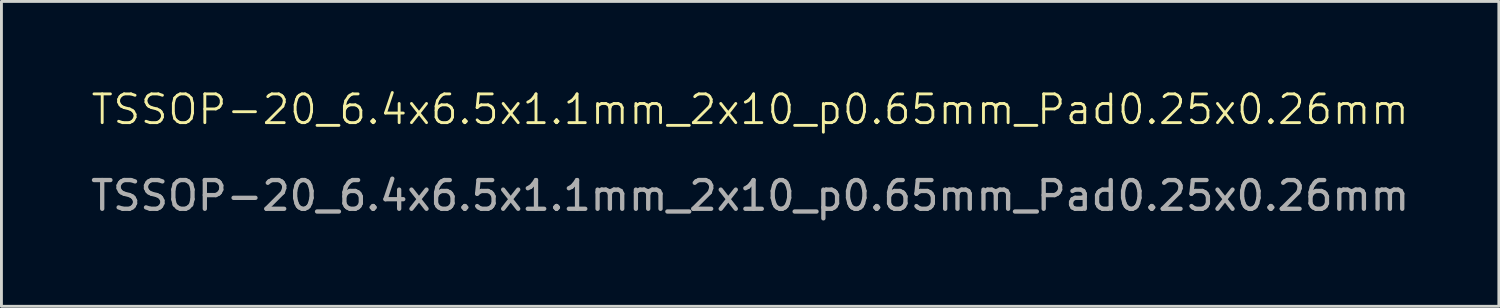
<source format=kicad_pcb>
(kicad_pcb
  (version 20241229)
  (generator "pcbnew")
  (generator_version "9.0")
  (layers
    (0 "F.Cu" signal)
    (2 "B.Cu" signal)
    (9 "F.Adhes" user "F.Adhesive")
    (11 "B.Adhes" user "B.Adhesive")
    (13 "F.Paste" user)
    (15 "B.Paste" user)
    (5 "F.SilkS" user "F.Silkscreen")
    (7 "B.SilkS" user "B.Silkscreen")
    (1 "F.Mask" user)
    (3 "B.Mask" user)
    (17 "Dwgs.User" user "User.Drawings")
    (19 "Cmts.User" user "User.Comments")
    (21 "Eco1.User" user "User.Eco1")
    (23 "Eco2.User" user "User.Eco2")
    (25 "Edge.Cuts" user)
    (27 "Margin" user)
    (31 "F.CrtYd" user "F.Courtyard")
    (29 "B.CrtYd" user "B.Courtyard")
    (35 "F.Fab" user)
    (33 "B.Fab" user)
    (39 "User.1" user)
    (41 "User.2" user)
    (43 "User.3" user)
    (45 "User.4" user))
  (footprint "TSSOP-20_6.4x6.5x1.1mm_2x10_p0.65mm_Pad0.25x0.26mm"
    (layer "F.Cu")
    (at 23.054 1.26)
    (property "Reference" "TSSOP-20_6.4x6.5x1.1mm_2x10_p0.65mm_Pad0.25x0.26mm" (at 0 -0.5 0) (unlocked yes) (layer "F.SilkS") (effects (font (size 1 1) (thickness 0.1))))
    (attr smd)
    (fp_text user "${REFERENCE}" (at 0 2.5 0) (unlocked yes) (layer "F.Fab") (effects (font (size 1 1) (thickness 0.15)))))
  (gr_rect
    (start -3 -3)
    (end 49.107 7.609)
    (stroke (width 0.1) (type default))
    (fill no)
    (layer "Edge.Cuts")))
</source>
